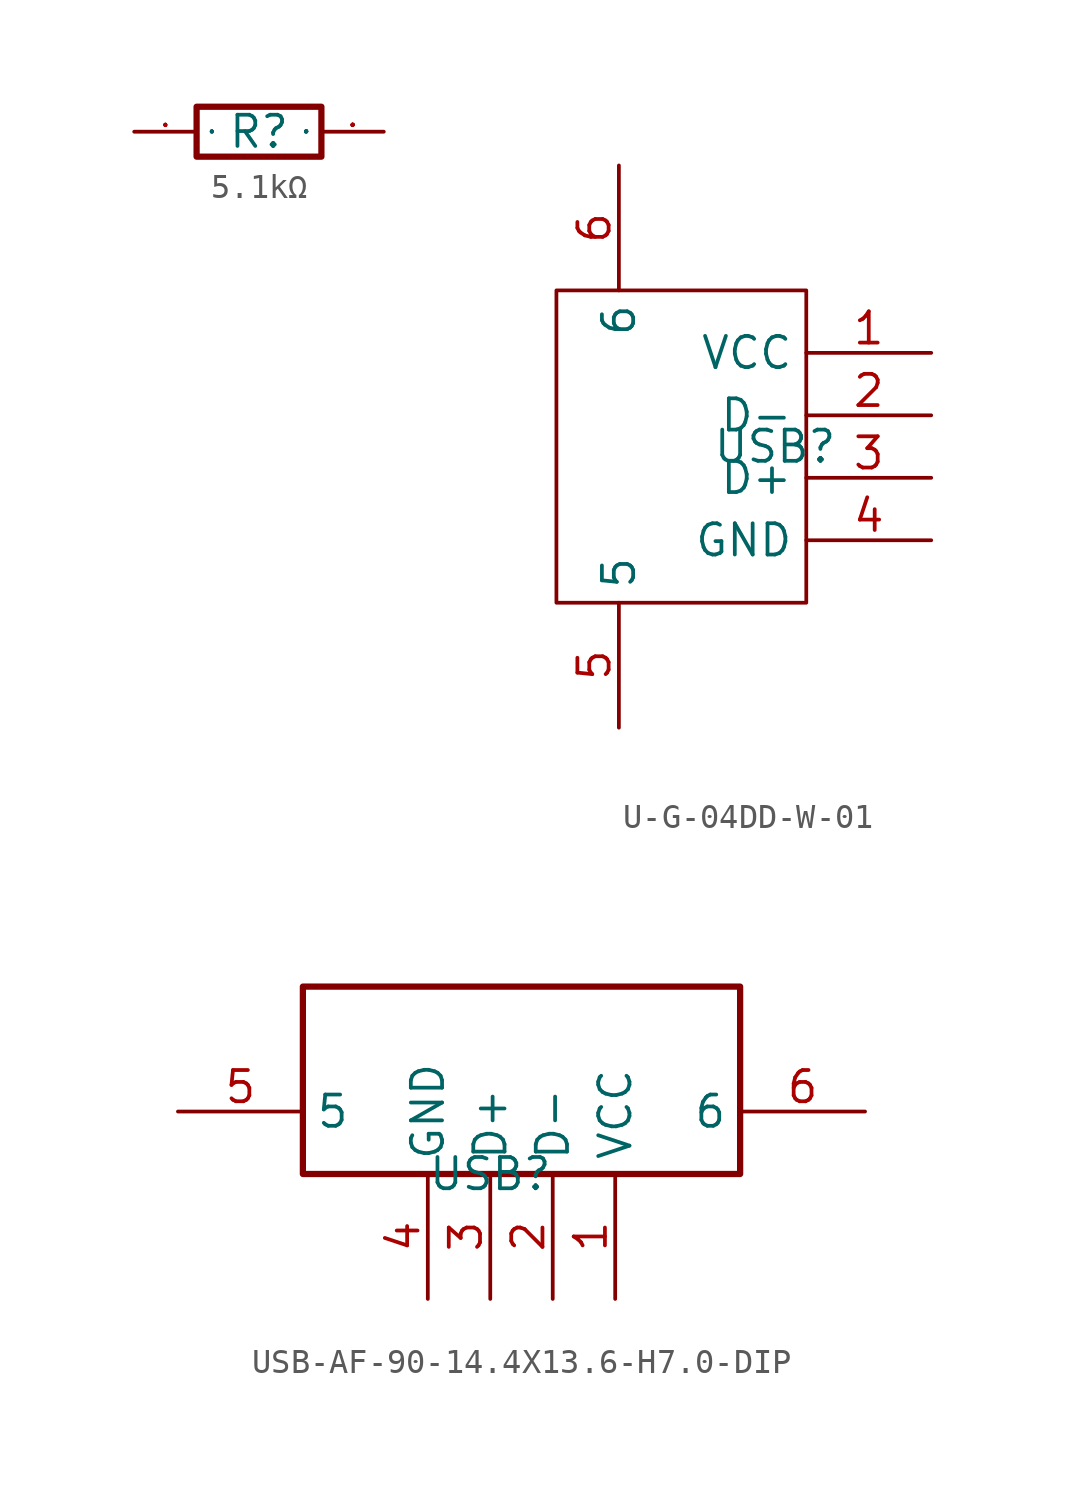
<source format=kicad_sym>
(kicad_symbol_lib
  (version 20241209)
  (generator "kicad_symbol_editor")
  (generator_version "9.0")
  (symbol "5.1kΩ"
    (property "Reference" "R"
      (at 0 0 0)
      (effects (font (size 1.27 1.27))))
    (property "Value" ""
      (at 0 0 0)
      (effects (font (size 1.27 1.27))))
    (symbol "5.1kΩ_1_0"
      (rectangle (start 2.54 1.016) (end -2.54 -1.016) (stroke (width 0.254) (type default)) (fill (type none)))
      (pin unspecified line (at -5.08 0 0) (length 2.54) (name "1" (effects (font (size 0.025 0.025)))) (number "1" (effects (font (size 0.025 0.025)))))
      (pin unspecified line (at 5.08 0 180) (length 2.54) (name "2" (effects (font (size 0.025 0.025)))) (number "2" (effects (font (size 0.025 0.025)))))))
  (symbol "U-G-04DD-W-01"
    (property "Reference" "USB"
      (at 0 0 0)
      (effects (font (size 1.27 1.27))))
    (property "Value" ""
      (at 0 0 0)
      (effects (font (size 1.27 1.27))))
    (symbol "U-G-04DD-W-01_1_0"
      (rectangle (start -8.89 -6.35) (end 1.27 6.35) (stroke (width 0) (type default)) (fill (type none)))
      (pin unspecified line (at -6.35 11.43 270) (length 5.08) (name "6" (effects (font (size 1.27 1.27)))) (number "6" (effects (font (size 1.27 1.27)))))
      (pin unspecified line (at -6.35 -11.43 90) (length 5.08) (name "5" (effects (font (size 1.27 1.27)))) (number "5" (effects (font (size 1.27 1.27)))))
      (pin unspecified line (at 6.35 3.81 180) (length 5.08) (name "VCC" (effects (font (size 1.27 1.27)))) (number "1" (effects (font (size 1.27 1.27)))))
      (pin unspecified line (at 6.35 1.27 180) (length 5.08) (name "D-" (effects (font (size 1.27 1.27)))) (number "2" (effects (font (size 1.27 1.27)))))
      (pin unspecified line (at 6.35 -1.27 180) (length 5.08) (name "D+" (effects (font (size 1.27 1.27)))) (number "3" (effects (font (size 1.27 1.27)))))
      (pin unspecified line (at 6.35 -3.81 180) (length 5.08) (name "GND" (effects (font (size 1.27 1.27)))) (number "4" (effects (font (size 1.27 1.27)))))))
  (symbol "USB-AF-90-14.4X13.6-H7.0-DIP"
    (property "Reference" "USB"
      (at 0 0 0)
      (effects (font (size 1.27 1.27))))
    (property "Value" ""
      (at 0 0 0)
      (effects (font (size 1.27 1.27))))
    (symbol "USB-AF-90-14.4X13.6-H7.0-DIP_1_0"
      (rectangle (start 10.16 7.62) (end -7.62 0) (stroke (width 0.254) (type default)) (fill (type none)))
      (pin unspecified line (at -12.7 2.54 0) (length 5.08) (name "5" (effects (font (size 1.27 1.27)))) (number "5" (effects (font (size 1.27 1.27)))))
      (pin unspecified line (at -2.54 -5.08 90) (length 5.08) (name "GND" (effects (font (size 1.27 1.27)))) (number "4" (effects (font (size 1.27 1.27)))))
      (pin unspecified line (at 0 -5.08 90) (length 5.08) (name "D+" (effects (font (size 1.27 1.27)))) (number "3" (effects (font (size 1.27 1.27)))))
      (pin unspecified line (at 2.54 -5.08 90) (length 5.08) (name "D-" (effects (font (size 1.27 1.27)))) (number "2" (effects (font (size 1.27 1.27)))))
      (pin unspecified line (at 5.08 -5.08 90) (length 5.08) (name "VCC" (effects (font (size 1.27 1.27)))) (number "1" (effects (font (size 1.27 1.27)))))
      (pin unspecified line (at 15.24 2.54 180) (length 5.08) (name "6" (effects (font (size 1.27 1.27)))) (number "6" (effects (font (size 1.27 1.27))))))))
</source>
